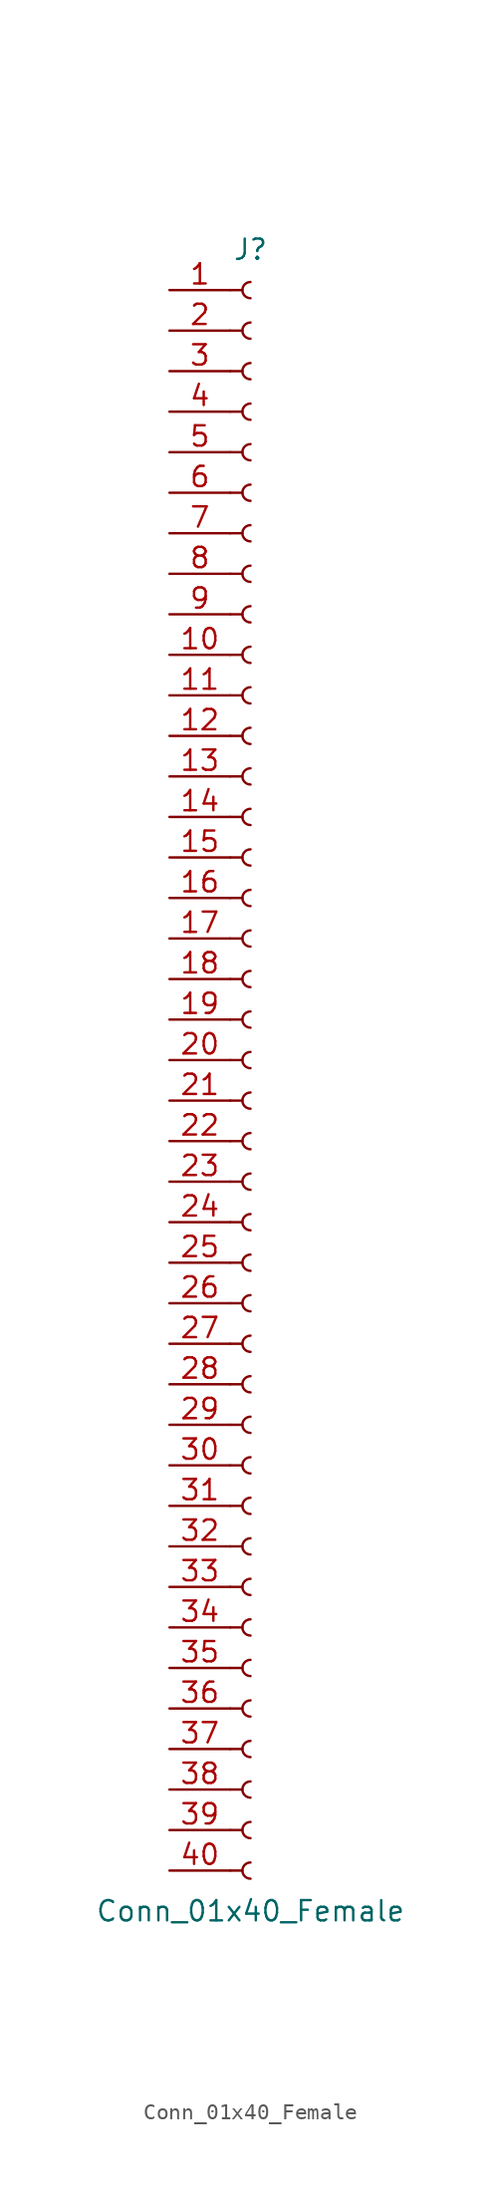
<source format=kicad_sym>
(kicad_symbol_lib
  (version 20201005)
  (generator kicad_symbol_editor)
  (symbol "Connector:Conn_01x40_Female"
    (pin_names
      (offset 1.016) hide)
    (property "Reference" "J"
      (at 0 50.8 0)
      (effects (font (size 1.27 1.27))))
    (property "Value" "Conn_01x40_Female"
      (at 0 -53.34 0)
      (effects (font (size 1.27 1.27))))
    (symbol "Conn_01x40_Female_1_1"
      (arc (start 0 -50.292) (end 0 -51.308) (radius (at 0 -50.8) (length 0.508) (angles 90.1 -90.1)) (stroke (width 0.1524)) (fill (type none)))
      (arc (start 0 -47.752) (end 0 -48.768) (radius (at 0 -48.26) (length 0.508) (angles 90.1 -90.1)) (stroke (width 0.1524)) (fill (type none)))
      (arc (start 0 -45.212) (end 0 -46.228) (radius (at 0 -45.72) (length 0.508) (angles 90.1 -90.1)) (stroke (width 0.1524)) (fill (type none)))
      (arc (start 0 -42.672) (end 0 -43.688) (radius (at 0 -43.18) (length 0.508) (angles 90.1 -90.1)) (stroke (width 0.1524)) (fill (type none)))
      (arc (start 0 -40.132) (end 0 -41.148) (radius (at 0 -40.64) (length 0.508) (angles 90.1 -90.1)) (stroke (width 0.1524)) (fill (type none)))
      (arc (start 0 -37.592) (end 0 -38.608) (radius (at 0 -38.1) (length 0.508) (angles 90.1 -90.1)) (stroke (width 0.1524)) (fill (type none)))
      (arc (start 0 -35.052) (end 0 -36.068) (radius (at 0 -35.56) (length 0.508) (angles 90.1 -90.1)) (stroke (width 0.1524)) (fill (type none)))
      (arc (start 0 -32.512) (end 0 -33.528) (radius (at 0 -33.02) (length 0.508) (angles 90.1 -90.1)) (stroke (width 0.1524)) (fill (type none)))
      (arc (start 0 -29.972) (end 0 -30.988) (radius (at 0 -30.48) (length 0.508) (angles 90.1 -90.1)) (stroke (width 0.1524)) (fill (type none)))
      (arc (start 0 -27.432) (end 0 -28.448) (radius (at 0 -27.94) (length 0.508) (angles 90.1 -90.1)) (stroke (width 0.1524)) (fill (type none)))
      (arc (start 0 -24.892) (end 0 -25.908) (radius (at 0 -25.4) (length 0.508) (angles 90.1 -90.1)) (stroke (width 0.1524)) (fill (type none)))
      (arc (start 0 -22.352) (end 0 -23.368) (radius (at 0 -22.86) (length 0.508) (angles 90.1 -90.1)) (stroke (width 0.1524)) (fill (type none)))
      (arc (start 0 -19.812) (end 0 -20.828) (radius (at 0 -20.32) (length 0.508) (angles 90.1 -90.1)) (stroke (width 0.1524)) (fill (type none)))
      (arc (start 0 -17.272) (end 0 -18.288) (radius (at 0 -17.78) (length 0.508) (angles 90.1 -90.1)) (stroke (width 0.1524)) (fill (type none)))
      (arc (start 0 -14.732) (end 0 -15.748) (radius (at 0 -15.24) (length 0.508) (angles 90.1 -90.1)) (stroke (width 0.1524)) (fill (type none)))
      (arc (start 0 -12.192) (end 0 -13.208) (radius (at 0 -12.7) (length 0.508) (angles 90.1 -90.1)) (stroke (width 0.1524)) (fill (type none)))
      (arc (start 0 -9.652) (end 0 -10.668) (radius (at 0 -10.16) (length 0.508) (angles 90.1 -90.1)) (stroke (width 0.1524)) (fill (type none)))
      (arc (start 0 -7.112) (end 0 -8.128) (radius (at 0 -7.62) (length 0.508) (angles 90.1 -90.1)) (stroke (width 0.1524)) (fill (type none)))
      (arc (start 0 -4.572) (end 0 -5.588) (radius (at 0 -5.08) (length 0.508) (angles 90.1 -90.1)) (stroke (width 0.1524)) (fill (type none)))
      (arc (start 0 -2.032) (end 0 -3.048) (radius (at 0 -2.54) (length 0.508) (angles 90.1 -90.1)) (stroke (width 0.1524)) (fill (type none)))
      (arc (start 0 0.508) (end 0 -0.508) (radius (at 0 0) (length 0.508) (angles 90.1 -90.1)) (stroke (width 0.1524)) (fill (type none)))
      (arc (start 0 3.048) (end 0 2.032) (radius (at 0 2.54) (length 0.508) (angles 90.1 -90.1)) (stroke (width 0.1524)) (fill (type none)))
      (arc (start 0 5.588) (end 0 4.572) (radius (at 0 5.08) (length 0.508) (angles 90.1 -90.1)) (stroke (width 0.1524)) (fill (type none)))
      (arc (start 0 8.128) (end 0 7.112) (radius (at 0 7.62) (length 0.508) (angles 90.1 -90.1)) (stroke (width 0.1524)) (fill (type none)))
      (arc (start 0 10.668) (end 0 9.652) (radius (at 0 10.16) (length 0.508) (angles 90.1 -90.1)) (stroke (width 0.1524)) (fill (type none)))
      (arc (start 0 13.208) (end 0 12.192) (radius (at 0 12.7) (length 0.508) (angles 90.1 -90.1)) (stroke (width 0.1524)) (fill (type none)))
      (arc (start 0 15.748) (end 0 14.732) (radius (at 0 15.24) (length 0.508) (angles 90.1 -90.1)) (stroke (width 0.1524)) (fill (type none)))
      (arc (start 0 18.288) (end 0 17.272) (radius (at 0 17.78) (length 0.508) (angles 90.1 -90.1)) (stroke (width 0.1524)) (fill (type none)))
      (arc (start 0 20.828) (end 0 19.812) (radius (at 0 20.32) (length 0.508) (angles 90.1 -90.1)) (stroke (width 0.1524)) (fill (type none)))
      (arc (start 0 23.368) (end 0 22.352) (radius (at 0 22.86) (length 0.508) (angles 90.1 -90.1)) (stroke (width 0.1524)) (fill (type none)))
      (arc (start 0 25.908) (end 0 24.892) (radius (at 0 25.4) (length 0.508) (angles 90.1 -90.1)) (stroke (width 0.1524)) (fill (type none)))
      (arc (start 0 28.448) (end 0 27.432) (radius (at 0 27.94) (length 0.508) (angles 90.1 -90.1)) (stroke (width 0.1524)) (fill (type none)))
      (arc (start 0 30.988) (end 0 29.972) (radius (at 0 30.48) (length 0.508) (angles 90.1 -90.1)) (stroke (width 0.1524)) (fill (type none)))
      (arc (start 0 33.528) (end 0 32.512) (radius (at 0 33.02) (length 0.508) (angles 90.1 -90.1)) (stroke (width 0.1524)) (fill (type none)))
      (arc (start 0 36.068) (end 0 35.052) (radius (at 0 35.56) (length 0.508) (angles 90.1 -90.1)) (stroke (width 0.1524)) (fill (type none)))
      (arc (start 0 38.608) (end 0 37.592) (radius (at 0 38.1) (length 0.508) (angles 90.1 -90.1)) (stroke (width 0.1524)) (fill (type none)))
      (arc (start 0 41.148) (end 0 40.132) (radius (at 0 40.64) (length 0.508) (angles 90.1 -90.1)) (stroke (width 0.1524)) (fill (type none)))
      (arc (start 0 43.688) (end 0 42.672) (radius (at 0 43.18) (length 0.508) (angles 90.1 -90.1)) (stroke (width 0.1524)) (fill (type none)))
      (arc (start 0 46.228) (end 0 45.212) (radius (at 0 45.72) (length 0.508) (angles 90.1 -90.1)) (stroke (width 0.1524)) (fill (type none)))
      (arc (start 0 48.768) (end 0 47.752) (radius (at 0 48.26) (length 0.508) (angles 90.1 -90.1)) (stroke (width 0.1524)) (fill (type none)))
      (polyline (pts (xy -1.27 -50.8) (xy -0.508 -50.8)) (stroke (width 0.152)) (fill (type none)))
      (polyline (pts (xy -1.27 -48.26) (xy -0.508 -48.26)) (stroke (width 0.152)) (fill (type none)))
      (polyline (pts (xy -1.27 -45.72) (xy -0.508 -45.72)) (stroke (width 0.152)) (fill (type none)))
      (polyline (pts (xy -1.27 -43.18) (xy -0.508 -43.18)) (stroke (width 0.152)) (fill (type none)))
      (polyline (pts (xy -1.27 -40.64) (xy -0.508 -40.64)) (stroke (width 0.152)) (fill (type none)))
      (polyline (pts (xy -1.27 -38.1) (xy -0.508 -38.1)) (stroke (width 0.152)) (fill (type none)))
      (polyline (pts (xy -1.27 -35.56) (xy -0.508 -35.56)) (stroke (width 0.152)) (fill (type none)))
      (polyline (pts (xy -1.27 -33.02) (xy -0.508 -33.02)) (stroke (width 0.152)) (fill (type none)))
      (polyline (pts (xy -1.27 -30.48) (xy -0.508 -30.48)) (stroke (width 0.152)) (fill (type none)))
      (polyline (pts (xy -1.27 -27.94) (xy -0.508 -27.94)) (stroke (width 0.152)) (fill (type none)))
      (polyline (pts (xy -1.27 -25.4) (xy -0.508 -25.4)) (stroke (width 0.152)) (fill (type none)))
      (polyline (pts (xy -1.27 -22.86) (xy -0.508 -22.86)) (stroke (width 0.152)) (fill (type none)))
      (polyline (pts (xy -1.27 -20.32) (xy -0.508 -20.32)) (stroke (width 0.152)) (fill (type none)))
      (polyline (pts (xy -1.27 -17.78) (xy -0.508 -17.78)) (stroke (width 0.152)) (fill (type none)))
      (polyline (pts (xy -1.27 -15.24) (xy -0.508 -15.24)) (stroke (width 0.152)) (fill (type none)))
      (polyline (pts (xy -1.27 -12.7) (xy -0.508 -12.7)) (stroke (width 0.152)) (fill (type none)))
      (polyline (pts (xy -1.27 -10.16) (xy -0.508 -10.16)) (stroke (width 0.152)) (fill (type none)))
      (polyline (pts (xy -1.27 -7.62) (xy -0.508 -7.62)) (stroke (width 0.152)) (fill (type none)))
      (polyline (pts (xy -1.27 -5.08) (xy -0.508 -5.08)) (stroke (width 0.152)) (fill (type none)))
      (polyline (pts (xy -1.27 -2.54) (xy -0.508 -2.54)) (stroke (width 0.152)) (fill (type none)))
      (polyline (pts (xy -1.27 0) (xy -0.508 0)) (stroke (width 0.152)) (fill (type none)))
      (polyline (pts (xy -1.27 2.54) (xy -0.508 2.54)) (stroke (width 0.152)) (fill (type none)))
      (polyline (pts (xy -1.27 5.08) (xy -0.508 5.08)) (stroke (width 0.152)) (fill (type none)))
      (polyline (pts (xy -1.27 7.62) (xy -0.508 7.62)) (stroke (width 0.152)) (fill (type none)))
      (polyline (pts (xy -1.27 10.16) (xy -0.508 10.16)) (stroke (width 0.152)) (fill (type none)))
      (polyline (pts (xy -1.27 12.7) (xy -0.508 12.7)) (stroke (width 0.152)) (fill (type none)))
      (polyline (pts (xy -1.27 15.24) (xy -0.508 15.24)) (stroke (width 0.152)) (fill (type none)))
      (polyline (pts (xy -1.27 17.78) (xy -0.508 17.78)) (stroke (width 0.152)) (fill (type none)))
      (polyline (pts (xy -1.27 20.32) (xy -0.508 20.32)) (stroke (width 0.152)) (fill (type none)))
      (polyline (pts (xy -1.27 22.86) (xy -0.508 22.86)) (stroke (width 0.152)) (fill (type none)))
      (polyline (pts (xy -1.27 25.4) (xy -0.508 25.4)) (stroke (width 0.152)) (fill (type none)))
      (polyline (pts (xy -1.27 27.94) (xy -0.508 27.94)) (stroke (width 0.152)) (fill (type none)))
      (polyline (pts (xy -1.27 30.48) (xy -0.508 30.48)) (stroke (width 0.152)) (fill (type none)))
      (polyline (pts (xy -1.27 33.02) (xy -0.508 33.02)) (stroke (width 0.152)) (fill (type none)))
      (polyline (pts (xy -1.27 35.56) (xy -0.508 35.56)) (stroke (width 0.152)) (fill (type none)))
      (polyline (pts (xy -1.27 38.1) (xy -0.508 38.1)) (stroke (width 0.152)) (fill (type none)))
      (polyline (pts (xy -1.27 40.64) (xy -0.508 40.64)) (stroke (width 0.152)) (fill (type none)))
      (polyline (pts (xy -1.27 43.18) (xy -0.508 43.18)) (stroke (width 0.152)) (fill (type none)))
      (polyline (pts (xy -1.27 45.72) (xy -0.508 45.72)) (stroke (width 0.152)) (fill (type none)))
      (polyline (pts (xy -1.27 48.26) (xy -0.508 48.26)) (stroke (width 0.152)) (fill (type none)))
      (pin passive line (at -5.08 48.26 0) (length 3.81) (name "Pin_1" (effects (font (size 1.27 1.27)))) (number "1" (effects (font (size 1.27 1.27)))))
      (pin passive line (at -5.08 25.4 0) (length 3.81) (name "Pin_10" (effects (font (size 1.27 1.27)))) (number "10" (effects (font (size 1.27 1.27)))))
      (pin passive line (at -5.08 22.86 0) (length 3.81) (name "Pin_11" (effects (font (size 1.27 1.27)))) (number "11" (effects (font (size 1.27 1.27)))))
      (pin passive line (at -5.08 20.32 0) (length 3.81) (name "Pin_12" (effects (font (size 1.27 1.27)))) (number "12" (effects (font (size 1.27 1.27)))))
      (pin passive line (at -5.08 17.78 0) (length 3.81) (name "Pin_13" (effects (font (size 1.27 1.27)))) (number "13" (effects (font (size 1.27 1.27)))))
      (pin passive line (at -5.08 15.24 0) (length 3.81) (name "Pin_14" (effects (font (size 1.27 1.27)))) (number "14" (effects (font (size 1.27 1.27)))))
      (pin passive line (at -5.08 12.7 0) (length 3.81) (name "Pin_15" (effects (font (size 1.27 1.27)))) (number "15" (effects (font (size 1.27 1.27)))))
      (pin passive line (at -5.08 10.16 0) (length 3.81) (name "Pin_16" (effects (font (size 1.27 1.27)))) (number "16" (effects (font (size 1.27 1.27)))))
      (pin passive line (at -5.08 7.62 0) (length 3.81) (name "Pin_17" (effects (font (size 1.27 1.27)))) (number "17" (effects (font (size 1.27 1.27)))))
      (pin passive line (at -5.08 5.08 0) (length 3.81) (name "Pin_18" (effects (font (size 1.27 1.27)))) (number "18" (effects (font (size 1.27 1.27)))))
      (pin passive line (at -5.08 2.54 0) (length 3.81) (name "Pin_19" (effects (font (size 1.27 1.27)))) (number "19" (effects (font (size 1.27 1.27)))))
      (pin passive line (at -5.08 45.72 0) (length 3.81) (name "Pin_2" (effects (font (size 1.27 1.27)))) (number "2" (effects (font (size 1.27 1.27)))))
      (pin passive line (at -5.08 0 0) (length 3.81) (name "Pin_20" (effects (font (size 1.27 1.27)))) (number "20" (effects (font (size 1.27 1.27)))))
      (pin passive line (at -5.08 -2.54 0) (length 3.81) (name "Pin_21" (effects (font (size 1.27 1.27)))) (number "21" (effects (font (size 1.27 1.27)))))
      (pin passive line (at -5.08 -5.08 0) (length 3.81) (name "Pin_22" (effects (font (size 1.27 1.27)))) (number "22" (effects (font (size 1.27 1.27)))))
      (pin passive line (at -5.08 -7.62 0) (length 3.81) (name "Pin_23" (effects (font (size 1.27 1.27)))) (number "23" (effects (font (size 1.27 1.27)))))
      (pin passive line (at -5.08 -10.16 0) (length 3.81) (name "Pin_24" (effects (font (size 1.27 1.27)))) (number "24" (effects (font (size 1.27 1.27)))))
      (pin passive line (at -5.08 -12.7 0) (length 3.81) (name "Pin_25" (effects (font (size 1.27 1.27)))) (number "25" (effects (font (size 1.27 1.27)))))
      (pin passive line (at -5.08 -15.24 0) (length 3.81) (name "Pin_26" (effects (font (size 1.27 1.27)))) (number "26" (effects (font (size 1.27 1.27)))))
      (pin passive line (at -5.08 -17.78 0) (length 3.81) (name "Pin_27" (effects (font (size 1.27 1.27)))) (number "27" (effects (font (size 1.27 1.27)))))
      (pin passive line (at -5.08 -20.32 0) (length 3.81) (name "Pin_28" (effects (font (size 1.27 1.27)))) (number "28" (effects (font (size 1.27 1.27)))))
      (pin passive line (at -5.08 -22.86 0) (length 3.81) (name "Pin_29" (effects (font (size 1.27 1.27)))) (number "29" (effects (font (size 1.27 1.27)))))
      (pin passive line (at -5.08 43.18 0) (length 3.81) (name "Pin_3" (effects (font (size 1.27 1.27)))) (number "3" (effects (font (size 1.27 1.27)))))
      (pin passive line (at -5.08 -25.4 0) (length 3.81) (name "Pin_30" (effects (font (size 1.27 1.27)))) (number "30" (effects (font (size 1.27 1.27)))))
      (pin passive line (at -5.08 -27.94 0) (length 3.81) (name "Pin_31" (effects (font (size 1.27 1.27)))) (number "31" (effects (font (size 1.27 1.27)))))
      (pin passive line (at -5.08 -30.48 0) (length 3.81) (name "Pin_32" (effects (font (size 1.27 1.27)))) (number "32" (effects (font (size 1.27 1.27)))))
      (pin passive line (at -5.08 -33.02 0) (length 3.81) (name "Pin_33" (effects (font (size 1.27 1.27)))) (number "33" (effects (font (size 1.27 1.27)))))
      (pin passive line (at -5.08 -35.56 0) (length 3.81) (name "Pin_34" (effects (font (size 1.27 1.27)))) (number "34" (effects (font (size 1.27 1.27)))))
      (pin passive line (at -5.08 -38.1 0) (length 3.81) (name "Pin_35" (effects (font (size 1.27 1.27)))) (number "35" (effects (font (size 1.27 1.27)))))
      (pin passive line (at -5.08 -40.64 0) (length 3.81) (name "Pin_36" (effects (font (size 1.27 1.27)))) (number "36" (effects (font (size 1.27 1.27)))))
      (pin passive line (at -5.08 -43.18 0) (length 3.81) (name "Pin_37" (effects (font (size 1.27 1.27)))) (number "37" (effects (font (size 1.27 1.27)))))
      (pin passive line (at -5.08 -45.72 0) (length 3.81) (name "Pin_38" (effects (font (size 1.27 1.27)))) (number "38" (effects (font (size 1.27 1.27)))))
      (pin passive line (at -5.08 -48.26 0) (length 3.81) (name "Pin_39" (effects (font (size 1.27 1.27)))) (number "39" (effects (font (size 1.27 1.27)))))
      (pin passive line (at -5.08 40.64 0) (length 3.81) (name "Pin_4" (effects (font (size 1.27 1.27)))) (number "4" (effects (font (size 1.27 1.27)))))
      (pin passive line (at -5.08 -50.8 0) (length 3.81) (name "Pin_40" (effects (font (size 1.27 1.27)))) (number "40" (effects (font (size 1.27 1.27)))))
      (pin passive line (at -5.08 38.1 0) (length 3.81) (name "Pin_5" (effects (font (size 1.27 1.27)))) (number "5" (effects (font (size 1.27 1.27)))))
      (pin passive line (at -5.08 35.56 0) (length 3.81) (name "Pin_6" (effects (font (size 1.27 1.27)))) (number "6" (effects (font (size 1.27 1.27)))))
      (pin passive line (at -5.08 33.02 0) (length 3.81) (name "Pin_7" (effects (font (size 1.27 1.27)))) (number "7" (effects (font (size 1.27 1.27)))))
      (pin passive line (at -5.08 30.48 0) (length 3.81) (name "Pin_8" (effects (font (size 1.27 1.27)))) (number "8" (effects (font (size 1.27 1.27)))))
      (pin passive line (at -5.08 27.94 0) (length 3.81) (name "Pin_9" (effects (font (size 1.27 1.27)))) (number "9" (effects (font (size 1.27 1.27))))))))
</source>
